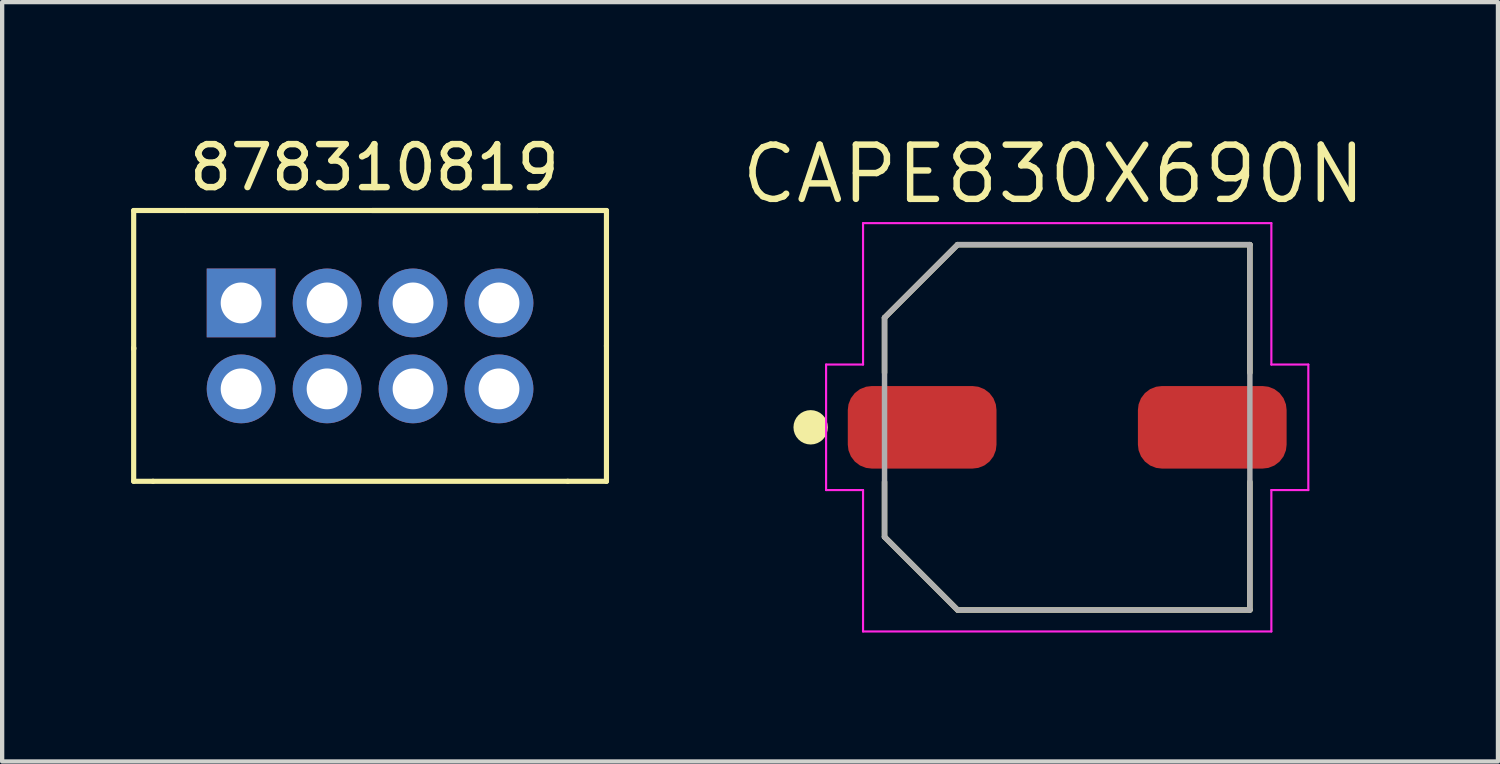
<source format=kicad_pcb>
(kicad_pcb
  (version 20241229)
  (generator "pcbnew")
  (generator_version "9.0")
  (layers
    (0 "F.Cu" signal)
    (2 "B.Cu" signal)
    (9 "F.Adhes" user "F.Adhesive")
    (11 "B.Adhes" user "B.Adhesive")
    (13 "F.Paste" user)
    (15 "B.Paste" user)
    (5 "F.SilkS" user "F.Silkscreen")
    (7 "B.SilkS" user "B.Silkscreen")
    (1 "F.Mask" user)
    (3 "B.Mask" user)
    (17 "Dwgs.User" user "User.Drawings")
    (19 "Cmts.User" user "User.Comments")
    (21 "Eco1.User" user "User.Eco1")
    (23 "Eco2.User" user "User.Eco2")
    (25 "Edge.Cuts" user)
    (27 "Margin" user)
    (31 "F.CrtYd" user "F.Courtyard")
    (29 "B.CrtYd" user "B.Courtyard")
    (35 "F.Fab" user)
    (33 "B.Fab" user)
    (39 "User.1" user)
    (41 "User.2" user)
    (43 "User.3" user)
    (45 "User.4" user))
  (footprint "878310819"
    (layer "F.Cu")
    (at 5.56 4.998)
    (property "Reference" "878310819" (at 0.1 -4.15 0) (layer "F.SilkS") (effects (font (size 1 1) (thickness 0.15))))
    (attr through_hole)
    (fp_line (start -5.5 -3.15) (end -4.3 -3.15) (stroke (width 0.12) (type solid)) (layer "F.SilkS"))
    (fp_line (start -5.5 0.05) (end -5.5 -3.15) (stroke (width 0.12) (type solid)) (layer "F.SilkS"))
    (fp_line (start -5.5 0.05) (end -5.5 3.15) (stroke (width 0.12) (type solid)) (layer "F.SilkS"))
    (fp_line (start -5.5 0.075) (end -5.5 0.05) (stroke (width 0.12) (type solid)) (layer "F.SilkS"))
    (fp_line (start -5.5 3.15) (end -5.05 3.15) (stroke (width 0.12) (type solid)) (layer "F.SilkS"))
    (fp_line (start 0.05 -3.15) (end 3.9 -3.15) (stroke (width 0.12) (type solid)) (layer "F.SilkS"))
    (fp_line (start 3.9 -3.15) (end -4.3 -3.15) (stroke (width 0.12) (type solid)) (layer "F.SilkS"))
    (fp_line (start 3.9 -3.15) (end 5.5 -3.15) (stroke (width 0.12) (type solid)) (layer "F.SilkS"))
    (fp_line (start 4.6 3.15) (end -5.05 3.15) (stroke (width 0.12) (type solid)) (layer "F.SilkS"))
    (fp_line (start 5.5 -3.15) (end 5.5 -3.125) (stroke (width 0.12) (type solid)) (layer "F.SilkS"))
    (fp_line (start 5.5 -3.125) (end 5.5 0) (stroke (width 0.12) (type solid)) (layer "F.SilkS"))
    (fp_line (start 5.5 0) (end 5.5 3.15) (stroke (width 0.12) (type solid)) (layer "F.SilkS"))
    (fp_line (start 5.5 3.15) (end 4.6 3.15) (stroke (width 0.12) (type solid)) (layer "F.SilkS"))
    (pad "1" thru_hole rect (at -3 -1) (size 1.6 1.6) (drill 0.95) (layers "*.Cu" "*.Mask"))
    (pad "2" thru_hole circle (at -1 -1) (size 1.6 1.6) (drill 0.95) (layers "*.Cu" "*.Mask"))
    (pad "3" thru_hole circle (at 1 -1) (size 1.6 1.6) (drill 0.95) (layers "*.Cu" "*.Mask"))
    (pad "4" thru_hole circle (at 3 -1) (size 1.6 1.6) (drill 0.95) (layers "*.Cu" "*.Mask"))
    (pad "5" thru_hole circle (at -3 1) (size 1.6 1.6) (drill 0.95) (layers "*.Cu" "*.Mask"))
    (pad "6" thru_hole circle (at -1 1) (size 1.6 1.6) (drill 0.95) (layers "*.Cu" "*.Mask"))
    (pad "7" thru_hole circle (at 1 1) (size 1.6 1.6) (drill 0.95) (layers "*.Cu" "*.Mask"))
    (pad "8" thru_hole circle (at 3 1) (size 1.6 1.6) (drill 0.95) (layers "*.Cu" "*.Mask")))
  (footprint "CAPE830X690N"
    (layer "F.Cu")
    (at 21.78 6.892)
    (property "Reference" "CAPE830X690N" (at -0.319 -5.891 0) (layer "F.SilkS") (effects (font (size 1.262 1.262) (thickness 0.15))))
    (attr through_hole)
    (fp_line (start -4.25 -2.55) (end -4.25 -1.27) (stroke (width 0.127) (type solid)) (layer "F.SilkS"))
    (fp_line (start -4.25 2.55) (end -4.25 1.27) (stroke (width 0.127) (type solid)) (layer "F.SilkS"))
    (fp_line (start -4.25 2.55) (end -2.55 4.25) (stroke (width 0.127) (type solid)) (layer "F.SilkS"))
    (fp_line (start -2.55 -4.25) (end -4.25 -2.55) (stroke (width 0.127) (type solid)) (layer "F.SilkS"))
    (fp_line (start -2.55 4.25) (end 4.25 4.25) (stroke (width 0.127) (type solid)) (layer "F.SilkS"))
    (fp_line (start 4.25 -4.25) (end -2.55 -4.25) (stroke (width 0.127) (type solid)) (layer "F.SilkS"))
    (fp_line (start 4.25 -4.25) (end 4.25 -1.27) (stroke (width 0.127) (type solid)) (layer "F.SilkS"))
    (fp_line (start 4.25 4.25) (end 4.25 1.27) (stroke (width 0.127) (type solid)) (layer "F.SilkS"))
    (fp_circle (center -5.969 0) (end -5.769 0) (stroke (width 0.4) (type solid)) (fill no) (layer "F.SilkS"))
    (fp_line (start -5.61 -1.46) (end -4.75 -1.46) (stroke (width 0.05) (type solid)) (layer "F.CrtYd"))
    (fp_line (start -5.61 1.46) (end -5.61 -1.46) (stroke (width 0.05) (type solid)) (layer "F.CrtYd"))
    (fp_line (start -4.75 -4.75) (end 4.75 -4.75) (stroke (width 0.05) (type solid)) (layer "F.CrtYd"))
    (fp_line (start -4.75 -1.46) (end -4.75 -4.75) (stroke (width 0.05) (type solid)) (layer "F.CrtYd"))
    (fp_line (start -4.75 1.46) (end -5.61 1.46) (stroke (width 0.05) (type solid)) (layer "F.CrtYd"))
    (fp_line (start -4.75 4.75) (end -4.75 1.46) (stroke (width 0.05) (type solid)) (layer "F.CrtYd"))
    (fp_line (start 4.75 -4.75) (end 4.75 -1.46) (stroke (width 0.05) (type solid)) (layer "F.CrtYd"))
    (fp_line (start 4.75 -1.46) (end 5.61 -1.46) (stroke (width 0.05) (type solid)) (layer "F.CrtYd"))
    (fp_line (start 4.75 1.46) (end 4.75 4.75) (stroke (width 0.05) (type solid)) (layer "F.CrtYd"))
    (fp_line (start 4.75 4.75) (end -4.75 4.75) (stroke (width 0.05) (type solid)) (layer "F.CrtYd"))
    (fp_line (start 5.61 -1.46) (end 5.61 1.46) (stroke (width 0.05) (type solid)) (layer "F.CrtYd"))
    (fp_line (start 5.61 1.46) (end 4.75 1.46) (stroke (width 0.05) (type solid)) (layer "F.CrtYd"))
    (fp_line (start -4.25 -2.55) (end -4.25 2.55) (stroke (width 0.127) (type solid)) (layer "F.Fab"))
    (fp_line (start -4.25 2.55) (end -2.55 4.25) (stroke (width 0.127) (type solid)) (layer "F.Fab"))
    (fp_line (start -2.55 -4.25) (end -4.25 -2.55) (stroke (width 0.127) (type solid)) (layer "F.Fab"))
    (fp_line (start -2.55 4.25) (end 4.25 4.25) (stroke (width 0.127) (type solid)) (layer "F.Fab"))
    (fp_line (start 4.25 -4.25) (end -2.55 -4.25) (stroke (width 0.127) (type solid)) (layer "F.Fab"))
    (fp_line (start 4.25 4.25) (end 4.25 -4.25) (stroke (width 0.127) (type solid)) (layer "F.Fab"))
    (pad "1" smd roundrect (at -3.375 0) (size 3.46 1.92) (layers "F.Cu" "F.Mask" "F.Paste") (roundrect_rratio 0.29))
    (pad "2" smd roundrect (at 3.375 0) (size 3.46 1.92) (layers "F.Cu" "F.Mask" "F.Paste") (roundrect_rratio 0.29)))
  (gr_rect
    (start -3 -3)
    (end 31.802 14.667)
    (stroke (width 0.1) (type default))
    (fill no)
    (layer "Edge.Cuts")))
</source>
